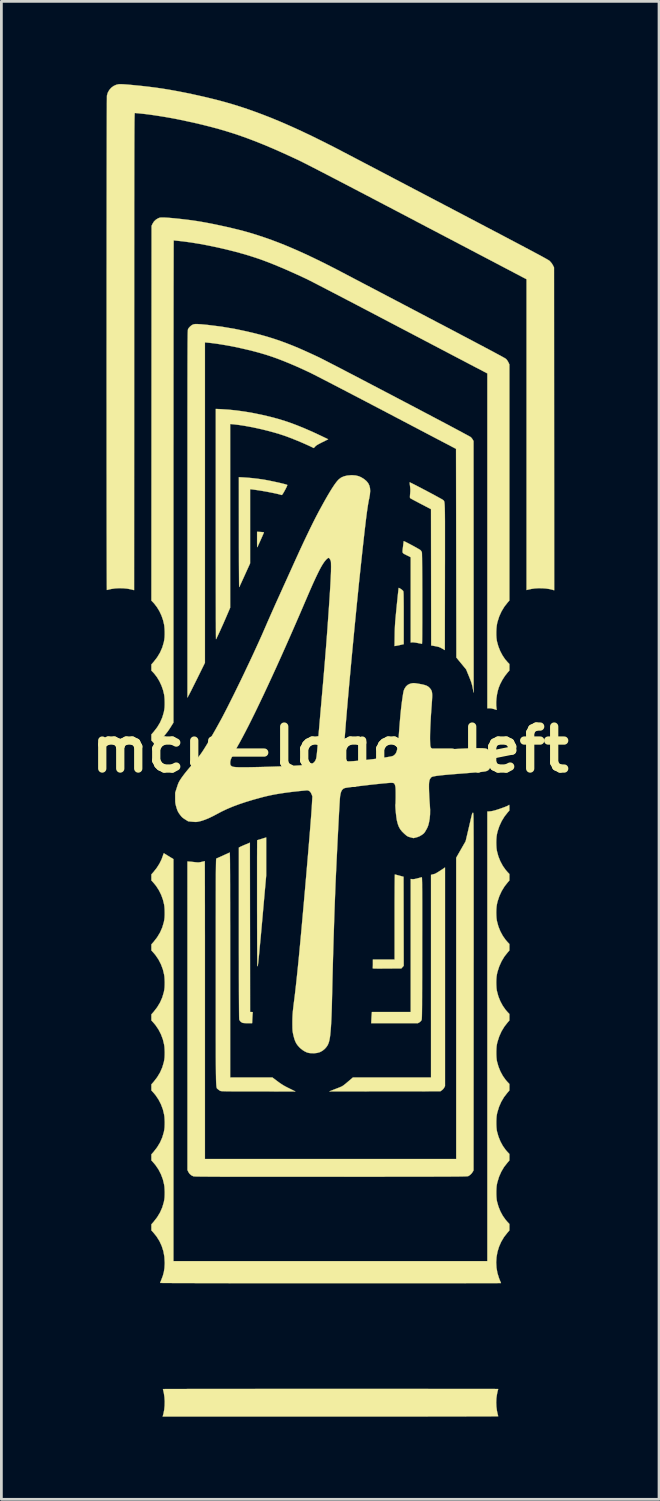
<source format=kicad_pcb>
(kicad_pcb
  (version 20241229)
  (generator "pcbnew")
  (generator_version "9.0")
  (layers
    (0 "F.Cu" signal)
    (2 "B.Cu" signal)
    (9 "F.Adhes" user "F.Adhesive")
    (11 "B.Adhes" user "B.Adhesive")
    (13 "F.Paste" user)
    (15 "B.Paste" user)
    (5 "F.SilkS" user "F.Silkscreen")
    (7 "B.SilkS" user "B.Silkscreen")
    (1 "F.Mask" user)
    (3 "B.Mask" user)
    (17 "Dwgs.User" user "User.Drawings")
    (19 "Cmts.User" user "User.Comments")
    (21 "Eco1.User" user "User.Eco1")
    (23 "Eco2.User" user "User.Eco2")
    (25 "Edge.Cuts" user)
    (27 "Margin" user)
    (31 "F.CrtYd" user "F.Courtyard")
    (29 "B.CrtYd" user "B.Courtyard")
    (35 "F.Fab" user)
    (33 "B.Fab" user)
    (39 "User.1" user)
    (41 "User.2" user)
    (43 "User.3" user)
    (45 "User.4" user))
  (footprint "mcu-logo-left"
    (layer "F.Cu")
    (at 8.934 24.152)
    (property "Reference" "mcu-logo-left" (at 0 0 0) (layer "F.SilkS") (effects (font (size 1.524 1.524) (thickness 0.3))))
    (attr through_hole)
    (fp_poly (pts (xy -2.533 -7.897) (xy -2.48 -7.893) (xy -2.438 -7.889) (xy -2.412 -7.886) (xy -2.406 -7.884) (xy -2.41 -7.872) (xy -2.422 -7.84) (xy -2.442 -7.794) (xy -2.467 -7.736) (xy -2.496 -7.671) (xy -2.526 -7.603) (xy -2.557 -7.535) (xy -2.586 -7.471) (xy -2.611 -7.417) (xy -2.631 -7.374) (xy -2.645 -7.348) (xy -2.649 -7.342) (xy -2.65 -7.352) (xy -2.652 -7.385) (xy -2.653 -7.435) (xy -2.654 -7.501) (xy -2.654 -7.578) (xy -2.654 -7.62) (xy -2.654 -7.903) (xy -2.533 -7.897)) (stroke (width 0.01) (type solid)) (fill yes) (layer "F.SilkS"))
    (fp_poly (pts (xy 4.166 12.213) (xy 4.136 12.269) (xy 4.107 12.312) (xy 4.068 12.351) (xy 4.052 12.363) (xy 3.998 12.402) (xy 1.983 12.404) (xy -0.032 12.407) (xy 0.057 12.371) (xy 0.105 12.352) (xy 0.169 12.327) (xy 0.238 12.3) (xy 0.298 12.277) (xy 0.352 12.255) (xy 0.395 12.237) (xy 0.432 12.219) (xy 0.467 12.197) (xy 0.506 12.168) (xy 0.553 12.131) (xy 0.612 12.081) (xy 0.638 12.059) (xy 0.825 11.9) (xy 3.658 11.9) (xy 3.658 4.548) (xy 3.705 4.535) (xy 3.748 4.524) (xy 3.787 4.514) (xy 3.79 4.514) (xy 3.813 4.504) (xy 3.852 4.482) (xy 3.903 4.452) (xy 3.962 4.415) (xy 3.996 4.393) (xy 4.166 4.28) (xy 4.166 12.213)) (stroke (width 0.01) (type solid)) (fill yes) (layer "F.SilkS"))
    (fp_poly (pts (xy 2.362 4.537) (xy 2.396 4.546) (xy 2.445 4.559) (xy 2.504 4.575) (xy 2.508 4.576) (xy 2.661 4.617) (xy 2.664 6.233) (xy 2.667 7.849) (xy 2.624 7.896) (xy 2.58 7.944) (xy 2.057 7.947) (xy 1.927 7.948) (xy 1.821 7.949) (xy 1.736 7.949) (xy 1.67 7.948) (xy 1.62 7.947) (xy 1.584 7.946) (xy 1.561 7.943) (xy 1.547 7.94) (xy 1.542 7.936) (xy 1.541 7.931) (xy 1.542 7.931) (xy 1.545 7.91) (xy 1.547 7.87) (xy 1.549 7.817) (xy 1.549 7.765) (xy 1.549 7.62) (xy 2.337 7.62) (xy 2.337 6.077) (xy 2.337 5.881) (xy 2.337 5.693) (xy 2.337 5.513) (xy 2.338 5.343) (xy 2.339 5.186) (xy 2.339 5.041) (xy 2.34 4.912) (xy 2.341 4.799) (xy 2.342 4.704) (xy 2.343 4.628) (xy 2.344 4.574) (xy 2.345 4.542) (xy 2.346 4.534) (xy 2.362 4.537)) (stroke (width 0.01) (type solid)) (fill yes) (layer "F.SilkS"))
    (fp_poly (pts (xy -2.911 6.453) (xy -2.908 9.525) (xy -2.857 9.525) (xy -2.824 9.527) (xy -2.811 9.534) (xy -2.811 9.547) (xy -2.814 9.568) (xy -2.818 9.608) (xy -2.821 9.663) (xy -2.825 9.728) (xy -2.826 9.75) (xy -2.835 9.931) (xy -2.995 9.931) (xy -3.083 9.929) (xy -3.148 9.924) (xy -3.189 9.916) (xy -3.194 9.913) (xy -3.249 9.877) (xy -3.29 9.824) (xy -3.301 9.8) (xy -3.303 9.786) (xy -3.304 9.753) (xy -3.306 9.699) (xy -3.307 9.625) (xy -3.308 9.531) (xy -3.309 9.415) (xy -3.31 9.279) (xy -3.311 9.12) (xy -3.312 8.939) (xy -3.313 8.736) (xy -3.313 8.51) (xy -3.314 8.261) (xy -3.314 7.988) (xy -3.314 7.691) (xy -3.315 7.37) (xy -3.315 7.024) (xy -3.315 6.661) (xy -3.315 3.557) (xy -3.261 3.529) (xy -3.227 3.513) (xy -3.178 3.491) (xy -3.118 3.465) (xy -3.061 3.441) (xy -2.915 3.38) (xy -2.911 6.453)) (stroke (width 0.01) (type solid)) (fill yes) (layer "F.SilkS"))
    (fp_poly (pts (xy 2.498 -5.864) (xy 2.525 -5.85) (xy 2.56 -5.828) (xy 2.596 -5.803) (xy 2.626 -5.777) (xy 2.646 -5.756) (xy 2.648 -5.753) (xy 2.652 -5.743) (xy 2.655 -5.727) (xy 2.658 -5.704) (xy 2.66 -5.672) (xy 2.662 -5.629) (xy 2.663 -5.573) (xy 2.664 -5.503) (xy 2.665 -5.417) (xy 2.666 -5.313) (xy 2.667 -5.19) (xy 2.667 -5.047) (xy 2.667 -4.88) (xy 2.667 -4.771) (xy 2.667 -3.825) (xy 2.552 -3.798) (xy 2.494 -3.785) (xy 2.439 -3.774) (xy 2.396 -3.766) (xy 2.385 -3.764) (xy 2.334 -3.755) (xy 2.34 -4.148) (xy 2.341 -4.24) (xy 2.343 -4.323) (xy 2.346 -4.4) (xy 2.349 -4.475) (xy 2.354 -4.552) (xy 2.359 -4.632) (xy 2.367 -4.722) (xy 2.376 -4.823) (xy 2.387 -4.939) (xy 2.4 -5.074) (xy 2.413 -5.201) (xy 2.425 -5.327) (xy 2.438 -5.446) (xy 2.449 -5.555) (xy 2.459 -5.651) (xy 2.468 -5.732) (xy 2.475 -5.796) (xy 2.48 -5.841) (xy 2.483 -5.863) (xy 2.483 -5.866) (xy 2.498 -5.864)) (stroke (width 0.01) (type solid)) (fill yes) (layer "F.SilkS"))
    (fp_poly (pts (xy -2.324 4.574) (xy -2.426 5.719) (xy -2.452 6.018) (xy -2.477 6.296) (xy -2.5 6.551) (xy -2.521 6.785) (xy -2.541 6.995) (xy -2.559 7.183) (xy -2.574 7.348) (xy -2.588 7.489) (xy -2.6 7.607) (xy -2.61 7.7) (xy -2.618 7.769) (xy -2.624 7.813) (xy -2.627 7.83) (xy -2.637 7.868) (xy -2.645 7.836) (xy -2.646 7.821) (xy -2.647 7.782) (xy -2.648 7.72) (xy -2.648 7.639) (xy -2.649 7.538) (xy -2.65 7.42) (xy -2.65 7.286) (xy -2.651 7.137) (xy -2.651 6.976) (xy -2.652 6.803) (xy -2.652 6.621) (xy -2.653 6.431) (xy -2.653 6.234) (xy -2.653 6.032) (xy -2.654 5.826) (xy -2.654 5.618) (xy -2.654 5.41) (xy -2.654 5.203) (xy -2.654 4.999) (xy -2.654 4.799) (xy -2.654 4.605) (xy -2.654 4.418) (xy -2.654 4.24) (xy -2.654 4.073) (xy -2.654 3.917) (xy -2.653 3.775) (xy -2.653 3.649) (xy -2.652 3.538) (xy -2.652 3.446) (xy -2.651 3.374) (xy -2.651 3.323) (xy -2.65 3.295) (xy -2.649 3.289) (xy -2.636 3.286) (xy -2.603 3.276) (xy -2.555 3.262) (xy -2.497 3.244) (xy -2.484 3.24) (xy -2.324 3.19) (xy -2.324 4.574)) (stroke (width 0.01) (type solid)) (fill yes) (layer "F.SilkS"))
    (fp_poly (pts (xy -3.148 -9.876) (xy -2.988 -9.865) (xy -2.814 -9.849) (xy -2.634 -9.828) (xy -2.459 -9.803) (xy -2.458 -9.803) (xy -2.382 -9.791) (xy -2.295 -9.775) (xy -2.201 -9.757) (xy -2.102 -9.736) (xy -2.003 -9.715) (xy -1.905 -9.694) (xy -1.813 -9.673) (xy -1.731 -9.653) (xy -1.66 -9.635) (xy -1.606 -9.62) (xy -1.57 -9.608) (xy -1.558 -9.602) (xy -1.56 -9.587) (xy -1.573 -9.555) (xy -1.594 -9.509) (xy -1.623 -9.452) (xy -1.645 -9.411) (xy -1.684 -9.341) (xy -1.714 -9.291) (xy -1.736 -9.259) (xy -1.751 -9.242) (xy -1.763 -9.238) (xy -1.763 -9.238) (xy -1.843 -9.261) (xy -1.943 -9.285) (xy -2.059 -9.31) (xy -2.188 -9.336) (xy -2.323 -9.362) (xy -2.462 -9.386) (xy -2.599 -9.408) (xy -2.73 -9.427) (xy -2.842 -9.442) (xy -2.908 -9.45) (xy -2.908 -6.757) (xy -3.099 -6.336) (xy -3.143 -6.239) (xy -3.184 -6.149) (xy -3.221 -6.068) (xy -3.253 -5.999) (xy -3.277 -5.946) (xy -3.294 -5.91) (xy -3.302 -5.895) (xy -3.303 -5.904) (xy -3.305 -5.939) (xy -3.307 -5.998) (xy -3.308 -6.082) (xy -3.309 -6.19) (xy -3.31 -6.322) (xy -3.311 -6.477) (xy -3.312 -6.656) (xy -3.313 -6.857) (xy -3.313 -7.081) (xy -3.314 -7.327) (xy -3.314 -7.596) (xy -3.314 -7.879) (xy -3.315 -9.885) (xy -3.148 -9.876)) (stroke (width 0.01) (type solid)) (fill yes) (layer "F.SilkS"))
    (fp_poly (pts (xy 3.326 4.64) (xy 3.328 4.653) (xy 3.33 4.677) (xy 3.331 4.712) (xy 3.332 4.759) (xy 3.334 4.818) (xy 3.335 4.891) (xy 3.335 4.979) (xy 3.336 5.082) (xy 3.337 5.202) (xy 3.337 5.339) (xy 3.338 5.494) (xy 3.338 5.668) (xy 3.338 5.862) (xy 3.338 6.077) (xy 3.338 6.313) (xy 3.338 6.573) (xy 3.337 6.855) (xy 3.337 7.162) (xy 3.337 7.21) (xy 3.337 7.511) (xy 3.336 7.787) (xy 3.336 8.04) (xy 3.336 8.271) (xy 3.335 8.481) (xy 3.335 8.67) (xy 3.334 8.841) (xy 3.334 8.993) (xy 3.333 9.128) (xy 3.333 9.247) (xy 3.332 9.352) (xy 3.331 9.442) (xy 3.33 9.52) (xy 3.329 9.585) (xy 3.328 9.641) (xy 3.327 9.686) (xy 3.325 9.723) (xy 3.324 9.752) (xy 3.322 9.775) (xy 3.32 9.792) (xy 3.318 9.804) (xy 3.315 9.814) (xy 3.313 9.821) (xy 3.31 9.826) (xy 3.308 9.83) (xy 3.279 9.865) (xy 3.241 9.897) (xy 3.231 9.903) (xy 3.181 9.931) (xy 2.335 9.931) (xy 1.488 9.931) (xy 1.494 9.808) (xy 1.497 9.742) (xy 1.501 9.676) (xy 1.505 9.62) (xy 1.506 9.604) (xy 1.513 9.525) (xy 2.921 9.525) (xy 2.921 4.696) (xy 2.975 4.704) (xy 3.012 4.705) (xy 3.059 4.7) (xy 3.123 4.686) (xy 3.169 4.674) (xy 3.226 4.659) (xy 3.275 4.646) (xy 3.31 4.638) (xy 3.324 4.636) (xy 3.326 4.64)) (stroke (width 0.01) (type solid)) (fill yes) (layer "F.SilkS"))
    (fp_poly (pts (xy 2.682 -7.559) (xy 2.713 -7.545) (xy 2.76 -7.522) (xy 2.818 -7.492) (xy 2.884 -7.458) (xy 2.955 -7.42) (xy 3.026 -7.382) (xy 3.095 -7.344) (xy 3.158 -7.308) (xy 3.212 -7.277) (xy 3.252 -7.253) (xy 3.276 -7.237) (xy 3.279 -7.234) (xy 3.307 -7.198) (xy 3.326 -7.156) (xy 3.327 -7.153) (xy 3.328 -7.135) (xy 3.33 -7.094) (xy 3.331 -7.031) (xy 3.333 -6.949) (xy 3.334 -6.849) (xy 3.335 -6.733) (xy 3.336 -6.603) (xy 3.337 -6.461) (xy 3.338 -6.309) (xy 3.339 -6.148) (xy 3.339 -5.98) (xy 3.34 -5.807) (xy 3.34 -5.631) (xy 3.34 -5.453) (xy 3.34 -5.276) (xy 3.34 -5.101) (xy 3.34 -4.93) (xy 3.34 -4.765) (xy 3.34 -4.608) (xy 3.339 -4.46) (xy 3.338 -4.324) (xy 3.338 -4.201) (xy 3.337 -4.092) (xy 3.336 -4.001) (xy 3.335 -3.927) (xy 3.333 -3.875) (xy 3.332 -3.844) (xy 3.331 -3.837) (xy 3.315 -3.84) (xy 3.28 -3.847) (xy 3.23 -3.856) (xy 3.171 -3.868) (xy 3.169 -3.868) (xy 3.098 -3.881) (xy 3.036 -3.889) (xy 2.989 -3.892) (xy 2.969 -3.891) (xy 2.921 -3.884) (xy 2.921 -5.431) (xy 2.921 -6.979) (xy 2.791 -7.045) (xy 2.728 -7.076) (xy 2.682 -7.1) (xy 2.652 -7.12) (xy 2.633 -7.143) (xy 2.625 -7.172) (xy 2.625 -7.212) (xy 2.631 -7.268) (xy 2.64 -7.344) (xy 2.641 -7.351) (xy 2.649 -7.42) (xy 2.656 -7.48) (xy 2.662 -7.527) (xy 2.667 -7.556) (xy 2.669 -7.563) (xy 2.682 -7.559)) (stroke (width 0.01) (type solid)) (fill yes) (layer "F.SilkS"))
    (fp_poly (pts (xy 2.898 -9.693) (xy 2.93 -9.678) (xy 2.98 -9.653) (xy 3.044 -9.621) (xy 3.121 -9.582) (xy 3.207 -9.537) (xy 3.301 -9.488) (xy 3.399 -9.436) (xy 3.5 -9.383) (xy 3.601 -9.33) (xy 3.698 -9.278) (xy 3.791 -9.228) (xy 3.875 -9.182) (xy 3.949 -9.141) (xy 4.011 -9.107) (xy 4.057 -9.081) (xy 4.085 -9.064) (xy 4.092 -9.058) (xy 4.101 -9.051) (xy 4.109 -9.045) (xy 4.116 -9.039) (xy 4.122 -9.032) (xy 4.128 -9.023) (xy 4.133 -9.012) (xy 4.138 -8.996) (xy 4.143 -8.976) (xy 4.146 -8.95) (xy 4.15 -8.916) (xy 4.153 -8.875) (xy 4.155 -8.825) (xy 4.158 -8.765) (xy 4.159 -8.694) (xy 4.161 -8.61) (xy 4.162 -8.514) (xy 4.163 -8.403) (xy 4.164 -8.278) (xy 4.164 -8.136) (xy 4.164 -7.977) (xy 4.164 -7.801) (xy 4.164 -7.604) (xy 4.164 -7.388) (xy 4.164 -7.15) (xy 4.164 -6.891) (xy 4.163 -6.608) (xy 4.163 -6.3) (xy 4.163 -6.266) (xy 4.159 -3.61) (xy 4.059 -3.667) (xy 4.009 -3.695) (xy 3.965 -3.715) (xy 3.917 -3.73) (xy 3.858 -3.743) (xy 3.812 -3.752) (xy 3.664 -3.779) (xy 3.661 -6.251) (xy 3.658 -8.723) (xy 3.292 -8.914) (xy 3.203 -8.961) (xy 3.121 -9.005) (xy 3.047 -9.043) (xy 2.987 -9.076) (xy 2.941 -9.101) (xy 2.914 -9.117) (xy 2.907 -9.121) (xy 2.899 -9.131) (xy 2.894 -9.147) (xy 2.893 -9.173) (xy 2.895 -9.214) (xy 2.9 -9.275) (xy 2.901 -9.284) (xy 2.907 -9.365) (xy 2.908 -9.432) (xy 2.904 -9.499) (xy 2.897 -9.56) (xy 2.89 -9.615) (xy 2.886 -9.659) (xy 2.884 -9.688) (xy 2.885 -9.697) (xy 2.898 -9.693)) (stroke (width 0.01) (type solid)) (fill yes) (layer "F.SilkS"))
    (fp_poly (pts (xy -3.959 -12.353) (xy -3.686 -12.335) (xy -3.396 -12.305) (xy -3.095 -12.263) (xy -2.788 -12.21) (xy -2.48 -12.147) (xy -2.177 -12.076) (xy -1.883 -11.997) (xy -1.605 -11.911) (xy -1.483 -11.87) (xy -1.219 -11.772) (xy -0.943 -11.66) (xy -0.653 -11.534) (xy -0.346 -11.391) (xy -0.294 -11.366) (xy -0.074 -11.26) (xy -0.288 -11.154) (xy -0.372 -11.111) (xy -0.436 -11.077) (xy -0.484 -11.048) (xy -0.519 -11.023) (xy -0.545 -10.999) (xy -0.549 -10.995) (xy -0.596 -10.942) (xy -0.657 -10.972) (xy -0.769 -11.025) (xy -0.9 -11.084) (xy -1.042 -11.146) (xy -1.19 -11.208) (xy -1.338 -11.268) (xy -1.479 -11.323) (xy -1.607 -11.371) (xy -1.655 -11.388) (xy -1.838 -11.448) (xy -2.037 -11.507) (xy -2.247 -11.564) (xy -2.464 -11.618) (xy -2.683 -11.667) (xy -2.9 -11.711) (xy -3.108 -11.749) (xy -3.304 -11.779) (xy -3.483 -11.801) (xy -3.534 -11.806) (xy -3.632 -11.815) (xy -3.632 -5.146) (xy -3.789 -4.779) (xy -3.833 -4.678) (xy -3.878 -4.575) (xy -3.924 -4.473) (xy -3.969 -4.373) (xy -4.011 -4.28) (xy -4.05 -4.196) (xy -4.084 -4.124) (xy -4.112 -4.066) (xy -4.132 -4.026) (xy -4.144 -4.005) (xy -4.145 -4.004) (xy -4.146 -4.016) (xy -4.146 -4.052) (xy -4.147 -4.112) (xy -4.148 -4.195) (xy -4.148 -4.299) (xy -4.149 -4.424) (xy -4.149 -4.569) (xy -4.15 -4.732) (xy -4.15 -4.914) (xy -4.15 -5.112) (xy -4.151 -5.327) (xy -4.151 -5.556) (xy -4.152 -5.8) (xy -4.152 -6.057) (xy -4.152 -6.327) (xy -4.152 -6.607) (xy -4.153 -6.899) (xy -4.153 -7.199) (xy -4.153 -7.509) (xy -4.153 -7.826) (xy -4.153 -8.149) (xy -4.153 -12.361) (xy -3.959 -12.353)) (stroke (width 0.01) (type solid)) (fill yes) (layer "F.SilkS"))
    (fp_poly (pts (xy 0.404 23.203) (xy 0.79 23.203) (xy 1.168 23.203) (xy 1.538 23.203) (xy 1.9 23.203) (xy 2.251 23.203) (xy 2.593 23.203) (xy 2.924 23.203) (xy 3.242 23.203) (xy 3.548 23.203) (xy 3.841 23.204) (xy 4.119 23.204) (xy 4.383 23.204) (xy 4.63 23.204) (xy 4.861 23.204) (xy 5.075 23.204) (xy 5.271 23.204) (xy 5.448 23.205) (xy 5.605 23.205) (xy 5.742 23.205) (xy 5.858 23.205) (xy 5.952 23.205) (xy 6.023 23.206) (xy 6.07 23.206) (xy 6.093 23.206) (xy 6.096 23.206) (xy 6.093 23.219) (xy 6.085 23.25) (xy 6.073 23.294) (xy 6.07 23.305) (xy 6.059 23.358) (xy 6.047 23.427) (xy 6.036 23.5) (xy 6.03 23.549) (xy 6.024 23.694) (xy 6.03 23.845) (xy 6.049 23.991) (xy 6.07 24.092) (xy 6.082 24.138) (xy 6.091 24.175) (xy 6.096 24.195) (xy 6.096 24.197) (xy 6.083 24.197) (xy 6.046 24.198) (xy 5.985 24.198) (xy 5.901 24.199) (xy 5.795 24.2) (xy 5.667 24.2) (xy 5.518 24.201) (xy 5.349 24.201) (xy 5.162 24.202) (xy 4.955 24.202) (xy 4.732 24.203) (xy 4.491 24.203) (xy 4.234 24.204) (xy 3.962 24.204) (xy 3.675 24.204) (xy 3.375 24.205) (xy 3.062 24.205) (xy 2.736 24.205) (xy 2.399 24.205) (xy 2.051 24.206) (xy 1.694 24.206) (xy 1.327 24.206) (xy 0.953 24.206) (xy 0.57 24.206) (xy 0.181 24.206) (xy 0.008 24.206) (xy -6.08 24.206) (xy -6.049 24.089) (xy -6.023 23.955) (xy -6.009 23.806) (xy -6.006 23.651) (xy -6.016 23.499) (xy -6.037 23.357) (xy -6.044 23.324) (xy -6.056 23.274) (xy -6.065 23.235) (xy -6.07 23.212) (xy -6.071 23.208) (xy -6.058 23.208) (xy -6.021 23.208) (xy -5.96 23.207) (xy -5.876 23.207) (xy -5.769 23.207) (xy -5.641 23.206) (xy -5.493 23.206) (xy -5.324 23.206) (xy -5.136 23.205) (xy -4.93 23.205) (xy -4.706 23.205) (xy -4.466 23.205) (xy -4.209 23.204) (xy -3.937 23.204) (xy -3.65 23.204) (xy -3.35 23.204) (xy -3.036 23.204) (xy -2.711 23.203) (xy -2.374 23.203) (xy -2.026 23.203) (xy -1.669 23.203) (xy -1.303 23.203) (xy -0.928 23.203) (xy -0.545 23.203) (xy -0.156 23.203) (xy 0.013 23.203) (xy 0.404 23.203)) (stroke (width 0.01) (type solid)) (fill yes) (layer "F.SilkS"))
    (fp_poly (pts (xy -3.647 3.741) (xy -3.645 3.754) (xy -3.644 3.777) (xy -3.643 3.811) (xy -3.641 3.856) (xy -3.64 3.913) (xy -3.639 3.983) (xy -3.638 4.067) (xy -3.637 4.165) (xy -3.637 4.277) (xy -3.636 4.405) (xy -3.635 4.55) (xy -3.635 4.711) (xy -3.634 4.89) (xy -3.634 5.088) (xy -3.634 5.304) (xy -3.633 5.541) (xy -3.633 5.798) (xy -3.633 6.076) (xy -3.632 6.376) (xy -3.632 6.698) (xy -3.632 7.044) (xy -3.632 7.414) (xy -3.632 7.808) (xy -3.632 7.815) (xy -3.632 11.9) (xy -2.099 11.9) (xy -1.91 12.042) (xy -1.831 12.1) (xy -1.761 12.147) (xy -1.693 12.19) (xy -1.619 12.231) (xy -1.533 12.275) (xy -1.492 12.295) (xy -1.264 12.408) (xy -2.603 12.407) (xy -2.82 12.407) (xy -3.013 12.407) (xy -3.183 12.407) (xy -3.332 12.406) (xy -3.461 12.406) (xy -3.572 12.405) (xy -3.666 12.404) (xy -3.745 12.403) (xy -3.81 12.402) (xy -3.862 12.4) (xy -3.904 12.399) (xy -3.935 12.397) (xy -3.958 12.394) (xy -3.975 12.392) (xy -3.985 12.389) (xy -3.988 12.388) (xy -4.026 12.366) (xy -4.065 12.336) (xy -4.074 12.328) (xy -4.081 12.322) (xy -4.088 12.317) (xy -4.094 12.312) (xy -4.1 12.308) (xy -4.106 12.302) (xy -4.111 12.295) (xy -4.116 12.284) (xy -4.12 12.27) (xy -4.124 12.252) (xy -4.128 12.229) (xy -4.131 12.2) (xy -4.134 12.164) (xy -4.137 12.12) (xy -4.14 12.068) (xy -4.142 12.007) (xy -4.144 11.936) (xy -4.145 11.854) (xy -4.147 11.76) (xy -4.148 11.654) (xy -4.149 11.534) (xy -4.15 11.401) (xy -4.151 11.252) (xy -4.152 11.088) (xy -4.152 10.907) (xy -4.152 10.709) (xy -4.153 10.493) (xy -4.153 10.258) (xy -4.153 10.003) (xy -4.153 9.727) (xy -4.153 9.43) (xy -4.153 9.111) (xy -4.153 8.768) (xy -4.153 8.402) (xy -4.153 8.062) (xy -4.153 7.679) (xy -4.153 7.32) (xy -4.153 6.985) (xy -4.153 6.673) (xy -4.153 6.383) (xy -4.153 6.115) (xy -4.152 5.867) (xy -4.152 5.639) (xy -4.152 5.429) (xy -4.152 5.238) (xy -4.151 5.064) (xy -4.151 4.906) (xy -4.151 4.764) (xy -4.15 4.637) (xy -4.15 4.524) (xy -4.149 4.424) (xy -4.148 4.337) (xy -4.147 4.261) (xy -4.146 4.195) (xy -4.145 4.14) (xy -4.144 4.094) (xy -4.143 4.056) (xy -4.142 4.025) (xy -4.141 4.002) (xy -4.139 3.984) (xy -4.137 3.971) (xy -4.136 3.962) (xy -4.134 3.957) (xy -4.132 3.955) (xy -4.131 3.954) (xy -4.113 3.947) (xy -4.075 3.93) (xy -4.023 3.907) (xy -3.96 3.879) (xy -3.889 3.847) (xy -3.886 3.845) (xy -3.816 3.813) (xy -3.753 3.785) (xy -3.702 3.762) (xy -3.666 3.745) (xy -3.648 3.738) (xy -3.648 3.738) (xy -3.647 3.741)) (stroke (width 0.01) (type solid)) (fill yes) (layer "F.SilkS"))
    (fp_poly (pts (xy 5.186 2.295) (xy 5.187 2.297) (xy 5.189 2.301) (xy 5.19 2.308) (xy 5.192 2.318) (xy 5.193 2.333) (xy 5.194 2.352) (xy 5.196 2.376) (xy 5.197 2.407) (xy 5.198 2.444) (xy 5.199 2.488) (xy 5.2 2.54) (xy 5.2 2.601) (xy 5.201 2.671) (xy 5.202 2.752) (xy 5.202 2.842) (xy 5.203 2.944) (xy 5.203 3.058) (xy 5.204 3.184) (xy 5.204 3.323) (xy 5.204 3.476) (xy 5.205 3.643) (xy 5.205 3.826) (xy 5.205 4.024) (xy 5.205 4.239) (xy 5.205 4.47) (xy 5.205 4.72) (xy 5.205 4.987) (xy 5.205 5.274) (xy 5.205 5.58) (xy 5.205 5.907) (xy 5.205 6.254) (xy 5.205 6.623) (xy 5.205 7.014) (xy 5.205 7.428) (xy 5.204 7.866) (xy 5.204 8.327) (xy 5.204 8.78) (xy 5.201 15.272) (xy 5.173 15.323) (xy 5.126 15.389) (xy 5.062 15.447) (xy 5.016 15.477) (xy 5.012 15.479) (xy 5.007 15.481) (xy 4.999 15.482) (xy 4.988 15.484) (xy 4.974 15.486) (xy 4.956 15.487) (xy 4.932 15.489) (xy 4.903 15.49) (xy 4.867 15.491) (xy 4.823 15.492) (xy 4.772 15.493) (xy 4.712 15.494) (xy 4.642 15.495) (xy 4.562 15.496) (xy 4.47 15.496) (xy 4.367 15.497) (xy 4.252 15.498) (xy 4.123 15.498) (xy 3.98 15.499) (xy 3.822 15.499) (xy 3.648 15.5) (xy 3.459 15.5) (xy 3.252 15.5) (xy 3.027 15.501) (xy 2.784 15.501) (xy 2.521 15.501) (xy 2.239 15.501) (xy 1.935 15.502) (xy 1.61 15.502) (xy 1.263 15.502) (xy 0.893 15.502) (xy 0.499 15.502) (xy 0.08 15.503) (xy 0.032 15.503) (xy -0.397 15.503) (xy -0.801 15.503) (xy -1.181 15.503) (xy -1.537 15.503) (xy -1.871 15.503) (xy -2.184 15.503) (xy -2.475 15.503) (xy -2.746 15.503) (xy -2.997 15.503) (xy -3.228 15.503) (xy -3.442 15.503) (xy -3.638 15.502) (xy -3.817 15.502) (xy -3.98 15.502) (xy -4.128 15.501) (xy -4.261 15.5) (xy -4.379 15.5) (xy -4.485 15.499) (xy -4.578 15.498) (xy -4.658 15.498) (xy -4.728 15.497) (xy -4.787 15.496) (xy -4.837 15.495) (xy -4.877 15.494) (xy -4.909 15.492) (xy -4.933 15.491) (xy -4.951 15.49) (xy -4.962 15.488) (xy -4.966 15.487) (xy -5.04 15.451) (xy -5.104 15.396) (xy -5.15 15.326) (xy -5.151 15.323) (xy -5.181 15.259) (xy -5.182 4.064) (xy -5.147 4.064) (xy -5.121 4.066) (xy -5.076 4.069) (xy -5.018 4.075) (xy -4.953 4.082) (xy -4.943 4.083) (xy -4.874 4.091) (xy -4.822 4.095) (xy -4.782 4.096) (xy -4.747 4.093) (xy -4.709 4.086) (xy -4.667 4.077) (xy -4.618 4.065) (xy -4.579 4.057) (xy -4.556 4.052) (xy -4.552 4.051) (xy -4.552 4.064) (xy -4.552 4.101) (xy -4.551 4.162) (xy -4.551 4.246) (xy -4.551 4.352) (xy -4.55 4.479) (xy -4.55 4.626) (xy -4.55 4.794) (xy -4.549 4.98) (xy -4.549 5.184) (xy -4.549 5.405) (xy -4.548 5.643) (xy -4.548 5.896) (xy -4.548 6.164) (xy -4.548 6.445) (xy -4.547 6.74) (xy -4.547 7.047) (xy -4.547 7.365) (xy -4.547 7.694) (xy -4.547 8.032) (xy -4.547 8.38) (xy -4.547 8.735) (xy -4.547 9.098) (xy -4.547 9.455) (xy -4.547 14.859) (xy 4.572 14.859) (xy 4.572 3.927) (xy 4.743 3.628) (xy 4.914 3.329) (xy 5.03 2.836) (xy 5.06 2.707) (xy 5.085 2.6) (xy 5.105 2.514) (xy 5.121 2.446) (xy 5.134 2.393) (xy 5.144 2.355) (xy 5.152 2.329) (xy 5.158 2.312) (xy 5.163 2.302) (xy 5.168 2.298) (xy 5.173 2.296) (xy 5.178 2.296) (xy 5.182 2.295) (xy 5.184 2.295) (xy 5.186 2.295)) (stroke (width 0.01) (type solid)) (fill yes) (layer "F.SilkS"))
    (fp_poly (pts (xy -4.822 -15.441) (xy -4.761 -15.438) (xy -4.683 -15.433) (xy -4.587 -15.424) (xy -4.469 -15.412) (xy -4.454 -15.411) (xy -3.947 -15.348) (xy -3.442 -15.261) (xy -3.315 -15.235) (xy -3.039 -15.176) (xy -2.779 -15.115) (xy -2.532 -15.052) (xy -2.294 -14.985) (xy -2.061 -14.913) (xy -1.83 -14.836) (xy -1.597 -14.75) (xy -1.359 -14.657) (xy -1.113 -14.554) (xy -0.854 -14.439) (xy -0.579 -14.313) (xy -0.432 -14.244) (xy -0.386 -14.222) (xy -0.321 -14.189) (xy -0.238 -14.147) (xy -0.137 -14.095) (xy -0.021 -14.035) (xy 0.111 -13.967) (xy 0.257 -13.892) (xy 0.415 -13.81) (xy 0.584 -13.722) (xy 0.763 -13.629) (xy 0.952 -13.531) (xy 1.148 -13.428) (xy 1.35 -13.322) (xy 1.559 -13.213) (xy 1.771 -13.102) (xy 1.986 -12.989) (xy 2.203 -12.876) (xy 2.421 -12.761) (xy 2.638 -12.647) (xy 2.854 -12.534) (xy 3.067 -12.422) (xy 3.275 -12.312) (xy 3.478 -12.205) (xy 3.675 -12.101) (xy 3.864 -12.001) (xy 4.044 -11.906) (xy 4.215 -11.816) (xy 4.374 -11.731) (xy 4.52 -11.653) (xy 4.653 -11.582) (xy 4.771 -11.519) (xy 4.873 -11.464) (xy 4.958 -11.418) (xy 5.025 -11.382) (xy 5.072 -11.355) (xy 5.098 -11.34) (xy 5.103 -11.336) (xy 5.138 -11.298) (xy 5.168 -11.254) (xy 5.173 -11.246) (xy 5.201 -11.195) (xy 5.203 -6.629) (xy 5.205 -2.064) (xy 5.17 -2.242) (xy 5.155 -2.312) (xy 5.139 -2.375) (xy 5.12 -2.438) (xy 5.096 -2.506) (xy 5.065 -2.585) (xy 5.033 -2.664) (xy 4.932 -2.909) (xy 4.755 -3.124) (xy 4.578 -3.339) (xy 4.572 -7.126) (xy 4.566 -10.912) (xy 2.051 -12.233) (xy 1.811 -12.359) (xy 1.574 -12.483) (xy 1.342 -12.605) (xy 1.116 -12.723) (xy 0.897 -12.837) (xy 0.686 -12.947) (xy 0.485 -13.052) (xy 0.294 -13.151) (xy 0.115 -13.244) (xy -0.051 -13.33) (xy -0.202 -13.408) (xy -0.339 -13.479) (xy -0.459 -13.54) (xy -0.561 -13.593) (xy -0.645 -13.635) (xy -0.708 -13.667) (xy -0.751 -13.688) (xy -0.756 -13.69) (xy -1.017 -13.811) (xy -1.26 -13.92) (xy -1.489 -14.018) (xy -1.706 -14.106) (xy -1.916 -14.187) (xy -2.121 -14.26) (xy -2.326 -14.327) (xy -2.534 -14.389) (xy -2.747 -14.447) (xy -2.971 -14.503) (xy -3.208 -14.558) (xy -3.462 -14.613) (xy -3.48 -14.617) (xy -3.627 -14.646) (xy -3.785 -14.674) (xy -3.946 -14.701) (xy -4.105 -14.726) (xy -4.254 -14.746) (xy -4.385 -14.761) (xy -4.386 -14.761) (xy -4.547 -14.777) (xy -4.547 -3.149) (xy -4.811 -2.613) (xy -4.867 -2.5) (xy -4.921 -2.392) (xy -4.972 -2.29) (xy -5.018 -2.198) (xy -5.058 -2.117) (xy -5.092 -2.052) (xy -5.116 -2.005) (xy -5.129 -1.981) (xy -5.181 -1.886) (xy -5.181 -8.547) (xy -5.181 -9.039) (xy -5.181 -9.505) (xy -5.181 -9.948) (xy -5.181 -10.367) (xy -5.181 -10.764) (xy -5.181 -11.138) (xy -5.181 -11.491) (xy -5.181 -11.823) (xy -5.181 -12.134) (xy -5.181 -12.426) (xy -5.18 -12.699) (xy -5.18 -12.954) (xy -5.18 -13.191) (xy -5.18 -13.411) (xy -5.179 -13.614) (xy -5.179 -13.802) (xy -5.179 -13.975) (xy -5.178 -14.133) (xy -5.178 -14.278) (xy -5.177 -14.409) (xy -5.177 -14.528) (xy -5.176 -14.635) (xy -5.176 -14.731) (xy -5.175 -14.816) (xy -5.174 -14.891) (xy -5.173 -14.957) (xy -5.173 -15.015) (xy -5.172 -15.064) (xy -5.171 -15.106) (xy -5.17 -15.141) (xy -5.168 -15.17) (xy -5.167 -15.194) (xy -5.166 -15.213) (xy -5.165 -15.228) (xy -5.163 -15.239) (xy -5.162 -15.247) (xy -5.16 -15.254) (xy -5.158 -15.258) (xy -5.158 -15.26) (xy -5.126 -15.309) (xy -5.079 -15.358) (xy -5.026 -15.4) (xy -4.974 -15.427) (xy -4.968 -15.428) (xy -4.941 -15.435) (xy -4.909 -15.44) (xy -4.87 -15.442) (xy -4.822 -15.441)) (stroke (width 0.01) (type solid)) (fill yes) (layer "F.SilkS"))
    (fp_poly (pts (xy -6.043 -19.308) (xy -6.039 -19.308) (xy -5.97 -19.305) (xy -5.879 -19.299) (xy -5.772 -19.29) (xy -5.652 -19.279) (xy -5.522 -19.266) (xy -5.388 -19.251) (xy -5.252 -19.235) (xy -5.12 -19.219) (xy -4.994 -19.202) (xy -4.88 -19.185) (xy -4.862 -19.183) (xy -4.663 -19.15) (xy -4.448 -19.111) (xy -4.222 -19.067) (xy -3.991 -19.018) (xy -3.758 -18.967) (xy -3.531 -18.914) (xy -3.313 -18.861) (xy -3.111 -18.808) (xy -2.94 -18.76) (xy -2.661 -18.674) (xy -2.382 -18.582) (xy -2.1 -18.482) (xy -1.813 -18.373) (xy -1.52 -18.254) (xy -1.218 -18.124) (xy -0.906 -17.983) (xy -0.582 -17.83) (xy -0.242 -17.664) (xy 0.114 -17.483) (xy 0.375 -17.348) (xy 0.822 -17.113) (xy 1.247 -16.89) (xy 1.65 -16.679) (xy 2.033 -16.478) (xy 2.395 -16.288) (xy 2.737 -16.109) (xy 3.06 -15.939) (xy 3.364 -15.779) (xy 3.65 -15.629) (xy 3.918 -15.488) (xy 4.169 -15.357) (xy 4.403 -15.234) (xy 4.62 -15.119) (xy 4.823 -15.012) (xy 5.01 -14.914) (xy 5.182 -14.823) (xy 5.34 -14.739) (xy 5.485 -14.663) (xy 5.616 -14.593) (xy 5.735 -14.53) (xy 5.843 -14.473) (xy 5.938 -14.422) (xy 6.023 -14.376) (xy 6.097 -14.336) (xy 6.161 -14.302) (xy 6.216 -14.272) (xy 6.262 -14.246) (xy 6.3 -14.225) (xy 6.33 -14.208) (xy 6.352 -14.194) (xy 6.368 -14.184) (xy 6.378 -14.178) (xy 6.38 -14.176) (xy 6.413 -14.138) (xy 6.446 -14.089) (xy 6.466 -14.053) (xy 6.502 -13.976) (xy 6.502 -9.692) (xy 6.502 -5.408) (xy 6.443 -5.342) (xy 6.321 -5.187) (xy 6.217 -5.016) (xy 6.133 -4.831) (xy 6.07 -4.632) (xy 6.057 -4.578) (xy 6.042 -4.489) (xy 6.032 -4.385) (xy 6.027 -4.272) (xy 6.027 -4.159) (xy 6.033 -4.052) (xy 6.045 -3.96) (xy 6.05 -3.931) (xy 6.1 -3.749) (xy 6.168 -3.576) (xy 6.252 -3.416) (xy 6.349 -3.273) (xy 6.44 -3.168) (xy 6.502 -3.104) (xy 6.502 -2.868) (xy 6.443 -2.802) (xy 6.341 -2.674) (xy 6.247 -2.528) (xy 6.167 -2.374) (xy 6.118 -2.254) (xy 6.081 -2.131) (xy 6.052 -1.996) (xy 6.032 -1.856) (xy 6.023 -1.72) (xy 6.024 -1.594) (xy 6.03 -1.537) (xy 6.035 -1.491) (xy 6.039 -1.456) (xy 6.04 -1.44) (xy 6.04 -1.439) (xy 6.028 -1.442) (xy 5.998 -1.451) (xy 5.957 -1.466) (xy 5.952 -1.467) (xy 5.848 -1.494) (xy 5.784 -1.499) (xy 5.702 -1.499) (xy 5.702 -13.65) (xy 5.242 -13.891) (xy 5.188 -13.919) (xy 5.112 -13.959) (xy 5.017 -14.009) (xy 4.903 -14.069) (xy 4.771 -14.138) (xy 4.622 -14.216) (xy 4.458 -14.302) (xy 4.281 -14.395) (xy 4.09 -14.495) (xy 3.888 -14.601) (xy 3.675 -14.713) (xy 3.454 -14.829) (xy 3.224 -14.95) (xy 2.987 -15.074) (xy 2.745 -15.201) (xy 2.498 -15.33) (xy 2.249 -15.461) (xy 2.089 -15.545) (xy 1.841 -15.675) (xy 1.597 -15.803) (xy 1.357 -15.929) (xy 1.124 -16.051) (xy 0.899 -16.169) (xy 0.681 -16.282) (xy 0.473 -16.391) (xy 0.276 -16.494) (xy 0.09 -16.59) (xy -0.083 -16.68) (xy -0.242 -16.763) (xy -0.386 -16.837) (xy -0.514 -16.904) (xy -0.625 -16.961) (xy -0.718 -17.008) (xy -0.791 -17.045) (xy -0.844 -17.072) (xy -0.87 -17.084) (xy -1.179 -17.228) (xy -1.477 -17.362) (xy -1.76 -17.485) (xy -2.027 -17.596) (xy -2.277 -17.695) (xy -2.508 -17.781) (xy -2.584 -17.808) (xy -2.861 -17.899) (xy -3.156 -17.988) (xy -3.466 -18.073) (xy -3.784 -18.153) (xy -4.107 -18.227) (xy -4.429 -18.294) (xy -4.745 -18.353) (xy -5.05 -18.403) (xy -5.34 -18.442) (xy -5.442 -18.453) (xy -5.516 -18.461) (xy -5.58 -18.468) (xy -5.632 -18.474) (xy -5.667 -18.477) (xy -5.68 -18.478) (xy -5.681 -18.466) (xy -5.681 -18.428) (xy -5.682 -18.367) (xy -5.682 -18.282) (xy -5.683 -18.174) (xy -5.683 -18.044) (xy -5.683 -17.893) (xy -5.684 -17.721) (xy -5.684 -17.528) (xy -5.685 -17.316) (xy -5.685 -17.085) (xy -5.686 -16.836) (xy -5.686 -16.569) (xy -5.686 -16.285) (xy -5.687 -15.985) (xy -5.687 -15.669) (xy -5.687 -15.339) (xy -5.688 -14.993) (xy -5.688 -14.634) (xy -5.688 -14.262) (xy -5.688 -13.878) (xy -5.689 -13.481) (xy -5.689 -13.074) (xy -5.689 -12.656) (xy -5.689 -12.228) (xy -5.689 -11.791) (xy -5.689 -11.345) (xy -5.69 -10.892) (xy -5.69 -10.431) (xy -5.69 -9.963) (xy -5.69 -9.728) (xy -5.69 -0.978) (xy -5.759 -0.867) (xy -5.796 -0.808) (xy -5.836 -0.746) (xy -5.872 -0.692) (xy -5.884 -0.675) (xy -5.905 -0.646) (xy -5.938 -0.605) (xy -5.979 -0.554) (xy -6.027 -0.496) (xy -6.079 -0.434) (xy -6.132 -0.372) (xy -6.183 -0.311) (xy -6.23 -0.257) (xy -6.27 -0.211) (xy -6.301 -0.176) (xy -6.32 -0.157) (xy -6.325 -0.153) (xy -6.335 -0.162) (xy -6.359 -0.186) (xy -6.391 -0.22) (xy -6.41 -0.242) (xy -6.49 -0.331) (xy -6.49 -0.548) (xy -6.405 -0.645) (xy -6.278 -0.809) (xy -6.175 -0.981) (xy -6.095 -1.163) (xy -6.039 -1.352) (xy -6.02 -1.454) (xy -6.011 -1.53) (xy -6.007 -1.623) (xy -6.007 -1.724) (xy -6.01 -1.825) (xy -6.017 -1.918) (xy -6.026 -1.987) (xy -6.066 -2.155) (xy -6.124 -2.321) (xy -6.199 -2.48) (xy -6.287 -2.627) (xy -6.386 -2.756) (xy -6.427 -2.801) (xy -6.49 -2.865) (xy -6.49 -3.088) (xy -6.405 -3.185) (xy -6.278 -3.349) (xy -6.175 -3.521) (xy -6.095 -3.703) (xy -6.039 -3.892) (xy -6.02 -3.994) (xy -6.011 -4.073) (xy -6.007 -4.168) (xy -6.007 -4.271) (xy -6.011 -4.374) (xy -6.019 -4.468) (xy -6.026 -4.524) (xy -6.066 -4.694) (xy -6.124 -4.862) (xy -6.199 -5.022) (xy -6.289 -5.17) (xy -6.389 -5.3) (xy -6.427 -5.341) (xy -6.49 -5.405) (xy -6.483 -19.006) (xy -6.45 -19.076) (xy -6.396 -19.164) (xy -6.323 -19.233) (xy -6.249 -19.277) (xy -6.215 -19.292) (xy -6.185 -19.301) (xy -6.151 -19.307) (xy -6.106 -19.308) (xy -6.043 -19.308)) (stroke (width 0.01) (type solid)) (fill yes) (layer "F.SilkS"))
    (fp_poly (pts (xy -7.577 -24.146) (xy -7.516 -24.144) (xy -7.44 -24.139) (xy -7.348 -24.132) (xy -7.238 -24.122) (xy -7.107 -24.109) (xy -6.954 -24.094) (xy -6.871 -24.086) (xy -6.606 -24.056) (xy -6.343 -24.023) (xy -6.08 -23.985) (xy -5.813 -23.941) (xy -5.537 -23.891) (xy -5.25 -23.835) (xy -4.947 -23.771) (xy -4.626 -23.7) (xy -4.481 -23.666) (xy -4.149 -23.585) (xy -3.819 -23.497) (xy -3.49 -23.401) (xy -3.159 -23.296) (xy -2.826 -23.182) (xy -2.487 -23.057) (xy -2.142 -22.923) (xy -1.789 -22.776) (xy -1.426 -22.618) (xy -1.051 -22.447) (xy -0.662 -22.262) (xy -0.259 -22.063) (xy 0.162 -21.85) (xy 0.457 -21.696) (xy 0.948 -21.439) (xy 1.418 -21.193) (xy 1.866 -20.958) (xy 2.292 -20.734) (xy 2.699 -20.521) (xy 3.085 -20.318) (xy 3.452 -20.126) (xy 3.8 -19.943) (xy 4.129 -19.771) (xy 4.441 -19.607) (xy 4.735 -19.453) (xy 5.012 -19.307) (xy 5.273 -19.17) (xy 5.518 -19.041) (xy 5.747 -18.921) (xy 5.962 -18.808) (xy 6.162 -18.703) (xy 6.348 -18.605) (xy 6.521 -18.513) (xy 6.681 -18.429) (xy 6.829 -18.351) (xy 6.965 -18.279) (xy 7.089 -18.213) (xy 7.203 -18.153) (xy 7.306 -18.098) (xy 7.399 -18.048) (xy 7.484 -18.003) (xy 7.559 -17.963) (xy 7.626 -17.927) (xy 7.685 -17.895) (xy 7.737 -17.866) (xy 7.782 -17.841) (xy 7.82 -17.82) (xy 7.853 -17.801) (xy 7.881 -17.785) (xy 7.904 -17.772) (xy 7.923 -17.76) (xy 7.937 -17.751) (xy 7.949 -17.743) (xy 7.958 -17.736) (xy 7.965 -17.731) (xy 7.966 -17.73) (xy 8.04 -17.646) (xy 8.08 -17.579) (xy 8.122 -17.495) (xy 8.128 -5.78) (xy 8.068 -5.798) (xy 7.956 -5.825) (xy 7.828 -5.844) (xy 7.692 -5.854) (xy 7.554 -5.855) (xy 7.422 -5.847) (xy 7.307 -5.83) (xy 7.251 -5.818) (xy 7.201 -5.807) (xy 7.165 -5.799) (xy 7.153 -5.796) (xy 7.125 -5.788) (xy 7.125 -11.428) (xy 7.125 -17.067) (xy 6.995 -17.136) (xy 6.959 -17.155) (xy 6.903 -17.185) (xy 6.83 -17.223) (xy 6.742 -17.269) (xy 6.642 -17.322) (xy 6.532 -17.38) (xy 6.415 -17.441) (xy 6.293 -17.505) (xy 6.217 -17.545) (xy 6.15 -17.58) (xy 6.061 -17.627) (xy 5.953 -17.684) (xy 5.825 -17.751) (xy 5.68 -17.827) (xy 5.518 -17.912) (xy 5.34 -18.005) (xy 5.148 -18.106) (xy 4.943 -18.214) (xy 4.725 -18.328) (xy 4.497 -18.448) (xy 4.258 -18.573) (xy 4.012 -18.702) (xy 3.757 -18.836) (xy 3.496 -18.972) (xy 3.23 -19.112) (xy 2.96 -19.254) (xy 2.688 -19.397) (xy 2.413 -19.541) (xy 2.381 -19.558) (xy 2.016 -19.749) (xy 1.668 -19.931) (xy 1.339 -20.104) (xy 1.028 -20.266) (xy 0.736 -20.419) (xy 0.463 -20.561) (xy 0.21 -20.693) (xy -0.024 -20.814) (xy -0.237 -20.925) (xy -0.431 -21.025) (xy -0.604 -21.114) (xy -0.756 -21.192) (xy -0.887 -21.259) (xy -0.996 -21.314) (xy -1.084 -21.358) (xy -1.15 -21.391) (xy -1.175 -21.402) (xy -1.512 -21.558) (xy -1.83 -21.702) (xy -2.132 -21.834) (xy -2.421 -21.956) (xy -2.7 -22.068) (xy -2.971 -22.171) (xy -3.238 -22.267) (xy -3.503 -22.357) (xy -3.769 -22.44) (xy -4.038 -22.519) (xy -4.315 -22.594) (xy -4.601 -22.666) (xy -4.899 -22.737) (xy -5.213 -22.806) (xy -5.493 -22.865) (xy -5.656 -22.898) (xy -5.834 -22.93) (xy -6.018 -22.962) (xy -6.205 -22.992) (xy -6.389 -23.02) (xy -6.563 -23.045) (xy -6.722 -23.065) (xy -6.825 -23.076) (xy -6.902 -23.084) (xy -6.971 -23.091) (xy -7.028 -23.096) (xy -7.069 -23.1) (xy -7.089 -23.101) (xy -7.089 -23.101) (xy -7.091 -23.101) (xy -7.092 -23.098) (xy -7.093 -23.094) (xy -7.095 -23.087) (xy -7.096 -23.076) (xy -7.097 -23.061) (xy -7.098 -23.042) (xy -7.099 -23.018) (xy -7.1 -22.989) (xy -7.101 -22.953) (xy -7.102 -22.911) (xy -7.103 -22.861) (xy -7.104 -22.804) (xy -7.105 -22.738) (xy -7.105 -22.663) (xy -7.106 -22.579) (xy -7.107 -22.485) (xy -7.107 -22.38) (xy -7.108 -22.263) (xy -7.108 -22.136) (xy -7.109 -21.995) (xy -7.109 -21.842) (xy -7.11 -21.676) (xy -7.11 -21.496) (xy -7.111 -21.301) (xy -7.111 -21.091) (xy -7.111 -20.865) (xy -7.112 -20.623) (xy -7.112 -20.364) (xy -7.112 -20.088) (xy -7.113 -19.794) (xy -7.113 -19.482) (xy -7.113 -19.151) (xy -7.113 -18.8) (xy -7.113 -18.429) (xy -7.114 -18.037) (xy -7.114 -17.624) (xy -7.114 -17.189) (xy -7.114 -16.731) (xy -7.114 -16.251) (xy -7.115 -15.748) (xy -7.115 -15.22) (xy -7.115 -14.667) (xy -7.115 -14.443) (xy -7.118 -5.785) (xy -7.233 -5.814) (xy -7.365 -5.839) (xy -7.51 -5.853) (xy -7.66 -5.856) (xy -7.807 -5.848) (xy -7.942 -5.828) (xy -7.993 -5.817) (xy -8.041 -5.805) (xy -8.08 -5.796) (xy -8.102 -5.791) (xy -8.105 -5.791) (xy -8.106 -5.804) (xy -8.106 -5.841) (xy -8.107 -5.902) (xy -8.108 -5.986) (xy -8.108 -6.092) (xy -8.109 -6.22) (xy -8.109 -6.369) (xy -8.11 -6.537) (xy -8.11 -6.725) (xy -8.111 -6.931) (xy -8.111 -7.155) (xy -8.112 -7.395) (xy -8.112 -7.652) (xy -8.113 -7.924) (xy -8.113 -8.21) (xy -8.113 -8.51) (xy -8.114 -8.823) (xy -8.114 -9.148) (xy -8.114 -9.484) (xy -8.114 -9.831) (xy -8.115 -10.188) (xy -8.115 -10.553) (xy -8.115 -10.927) (xy -8.115 -11.309) (xy -8.115 -11.697) (xy -8.115 -12.091) (xy -8.115 -12.49) (xy -8.116 -12.893) (xy -8.116 -13.3) (xy -8.116 -13.71) (xy -8.116 -14.122) (xy -8.116 -14.535) (xy -8.115 -14.948) (xy -8.115 -15.362) (xy -8.115 -15.773) (xy -8.115 -16.183) (xy -8.115 -16.591) (xy -8.115 -16.995) (xy -8.115 -17.394) (xy -8.114 -17.789) (xy -8.114 -18.178) (xy -8.114 -18.56) (xy -8.114 -18.935) (xy -8.113 -19.302) (xy -8.113 -19.659) (xy -8.113 -20.007) (xy -8.112 -20.345) (xy -8.112 -20.671) (xy -8.112 -20.985) (xy -8.111 -21.287) (xy -8.111 -21.575) (xy -8.11 -21.848) (xy -8.11 -22.106) (xy -8.109 -22.349) (xy -8.109 -22.574) (xy -8.108 -22.782) (xy -8.108 -22.972) (xy -8.107 -23.143) (xy -8.106 -23.293) (xy -8.106 -23.424) (xy -8.105 -23.532) (xy -8.104 -23.619) (xy -8.104 -23.683) (xy -8.103 -23.723) (xy -8.102 -23.738) (xy -8.071 -23.841) (xy -8.019 -23.934) (xy -7.949 -24.015) (xy -7.865 -24.079) (xy -7.77 -24.123) (xy -7.695 -24.142) (xy -7.665 -24.145) (xy -7.626 -24.147) (xy -7.577 -24.146)) (stroke (width 0.01) (type solid)) (fill yes) (layer "F.SilkS"))
    (fp_poly (pts (xy 6.498 2.018) (xy 6.501 2.049) (xy 6.502 2.094) (xy 6.502 2.11) (xy 6.502 2.212) (xy 6.443 2.278) (xy 6.324 2.429) (xy 6.222 2.596) (xy 6.138 2.778) (xy 6.074 2.97) (xy 6.05 3.073) (xy 6.037 3.156) (xy 6.029 3.256) (xy 6.026 3.364) (xy 6.028 3.473) (xy 6.034 3.575) (xy 6.046 3.662) (xy 6.05 3.683) (xy 6.101 3.873) (xy 6.172 4.052) (xy 6.261 4.218) (xy 6.366 4.367) (xy 6.435 4.446) (xy 6.502 4.517) (xy 6.502 4.752) (xy 6.443 4.818) (xy 6.324 4.969) (xy 6.222 5.136) (xy 6.138 5.318) (xy 6.074 5.51) (xy 6.05 5.613) (xy 6.037 5.696) (xy 6.029 5.796) (xy 6.026 5.904) (xy 6.028 6.013) (xy 6.034 6.115) (xy 6.046 6.202) (xy 6.05 6.223) (xy 6.101 6.413) (xy 6.172 6.592) (xy 6.261 6.758) (xy 6.366 6.907) (xy 6.435 6.986) (xy 6.502 7.057) (xy 6.502 7.175) (xy 6.502 7.292) (xy 6.443 7.358) (xy 6.321 7.512) (xy 6.218 7.683) (xy 6.134 7.869) (xy 6.07 8.067) (xy 6.05 8.155) (xy 6.037 8.237) (xy 6.029 8.335) (xy 6.026 8.443) (xy 6.028 8.552) (xy 6.034 8.654) (xy 6.045 8.741) (xy 6.05 8.763) (xy 6.101 8.953) (xy 6.172 9.132) (xy 6.261 9.298) (xy 6.366 9.447) (xy 6.435 9.526) (xy 6.502 9.597) (xy 6.502 9.832) (xy 6.443 9.898) (xy 6.321 10.053) (xy 6.217 10.224) (xy 6.133 10.411) (xy 6.069 10.611) (xy 6.051 10.687) (xy 6.039 10.76) (xy 6.032 10.85) (xy 6.028 10.951) (xy 6.028 11.055) (xy 6.032 11.156) (xy 6.04 11.245) (xy 6.05 11.309) (xy 6.103 11.498) (xy 6.174 11.677) (xy 6.263 11.842) (xy 6.369 11.991) (xy 6.435 12.066) (xy 6.502 12.137) (xy 6.502 12.372) (xy 6.428 12.457) (xy 6.308 12.612) (xy 6.208 12.78) (xy 6.127 12.964) (xy 6.066 13.163) (xy 6.051 13.227) (xy 6.039 13.3) (xy 6.032 13.39) (xy 6.028 13.491) (xy 6.028 13.595) (xy 6.032 13.696) (xy 6.04 13.785) (xy 6.05 13.849) (xy 6.103 14.038) (xy 6.174 14.217) (xy 6.263 14.382) (xy 6.369 14.531) (xy 6.435 14.606) (xy 6.502 14.677) (xy 6.502 14.795) (xy 6.502 14.912) (xy 6.428 14.997) (xy 6.308 15.15) (xy 6.209 15.318) (xy 6.128 15.5) (xy 6.067 15.699) (xy 6.051 15.767) (xy 6.039 15.84) (xy 6.032 15.93) (xy 6.028 16.031) (xy 6.028 16.135) (xy 6.032 16.236) (xy 6.04 16.325) (xy 6.05 16.389) (xy 6.103 16.578) (xy 6.174 16.757) (xy 6.263 16.922) (xy 6.369 17.071) (xy 6.435 17.146) (xy 6.502 17.217) (xy 6.502 17.452) (xy 6.428 17.537) (xy 6.306 17.693) (xy 6.206 17.862) (xy 6.127 18.041) (xy 6.07 18.227) (xy 6.035 18.419) (xy 6.023 18.613) (xy 6.034 18.807) (xy 6.068 19) (xy 6.127 19.188) (xy 6.152 19.251) (xy 6.172 19.298) (xy 6.188 19.336) (xy 6.196 19.358) (xy 6.198 19.362) (xy 6.185 19.363) (xy 6.148 19.363) (xy 6.087 19.363) (xy 6.003 19.364) (xy 5.896 19.364) (xy 5.768 19.364) (xy 5.619 19.364) (xy 5.451 19.365) (xy 5.263 19.365) (xy 5.056 19.365) (xy 4.832 19.366) (xy 4.591 19.366) (xy 4.333 19.366) (xy 4.061 19.366) (xy 3.773 19.366) (xy 3.472 19.367) (xy 3.158 19.367) (xy 2.832 19.367) (xy 2.494 19.367) (xy 2.145 19.367) (xy 1.786 19.367) (xy 1.418 19.367) (xy 1.042 19.367) (xy 0.658 19.367) (xy 0.267 19.367) (xy 0.013 19.367) (xy -0.442 19.367) (xy -0.883 19.367) (xy -1.311 19.367) (xy -1.724 19.367) (xy -2.123 19.367) (xy -2.506 19.367) (xy -2.873 19.366) (xy -3.223 19.366) (xy -3.557 19.366) (xy -3.873 19.365) (xy -4.171 19.365) (xy -4.451 19.364) (xy -4.712 19.364) (xy -4.953 19.363) (xy -5.174 19.363) (xy -5.374 19.362) (xy -5.553 19.361) (xy -5.711 19.361) (xy -5.846 19.36) (xy -5.959 19.359) (xy -6.048 19.359) (xy -6.114 19.358) (xy -6.155 19.357) (xy -6.172 19.356) (xy -6.172 19.356) (xy -6.167 19.34) (xy -6.155 19.306) (xy -6.137 19.262) (xy -6.129 19.243) (xy -6.075 19.101) (xy -6.038 18.963) (xy -6.015 18.819) (xy -6.006 18.663) (xy -6.006 18.612) (xy -6.018 18.406) (xy -6.054 18.209) (xy -6.114 18.02) (xy -6.196 17.841) (xy -6.3 17.674) (xy -6.423 17.523) (xy -6.49 17.45) (xy -6.49 17.232) (xy -6.405 17.135) (xy -6.279 16.972) (xy -6.175 16.799) (xy -6.095 16.617) (xy -6.039 16.428) (xy -6.019 16.326) (xy -6.011 16.251) (xy -6.007 16.159) (xy -6.006 16.059) (xy -6.01 15.959) (xy -6.016 15.867) (xy -6.026 15.796) (xy -6.072 15.602) (xy -6.142 15.415) (xy -6.232 15.24) (xy -6.342 15.078) (xy -6.423 14.983) (xy -6.49 14.91) (xy -6.49 14.692) (xy -6.405 14.595) (xy -6.279 14.432) (xy -6.175 14.259) (xy -6.095 14.077) (xy -6.039 13.888) (xy -6.019 13.786) (xy -6.011 13.711) (xy -6.007 13.619) (xy -6.006 13.519) (xy -6.01 13.419) (xy -6.016 13.327) (xy -6.026 13.256) (xy -6.072 13.062) (xy -6.142 12.875) (xy -6.232 12.7) (xy -6.342 12.538) (xy -6.423 12.443) (xy -6.49 12.37) (xy -6.49 12.152) (xy -6.405 12.055) (xy -6.279 11.892) (xy -6.175 11.719) (xy -6.095 11.537) (xy -6.039 11.348) (xy -6.019 11.246) (xy -6.011 11.171) (xy -6.007 11.079) (xy -6.006 10.979) (xy -6.01 10.879) (xy -6.016 10.787) (xy -6.026 10.716) (xy -6.072 10.522) (xy -6.142 10.335) (xy -6.232 10.16) (xy -6.342 9.998) (xy -6.423 9.903) (xy -6.49 9.83) (xy -6.49 9.721) (xy -6.49 9.612) (xy -6.405 9.515) (xy -6.279 9.352) (xy -6.175 9.179) (xy -6.095 8.997) (xy -6.039 8.808) (xy -6.019 8.706) (xy -6.011 8.631) (xy -6.007 8.539) (xy -6.006 8.439) (xy -6.01 8.339) (xy -6.016 8.247) (xy -6.026 8.176) (xy -6.072 7.982) (xy -6.142 7.795) (xy -6.232 7.62) (xy -6.342 7.458) (xy -6.423 7.363) (xy -6.49 7.29) (xy -6.49 7.072) (xy -6.405 6.975) (xy -6.279 6.812) (xy -6.175 6.639) (xy -6.095 6.457) (xy -6.039 6.268) (xy -6.019 6.166) (xy -6.011 6.09) (xy -6.007 5.997) (xy -6.007 5.895) (xy -6.01 5.794) (xy -6.017 5.701) (xy -6.026 5.633) (xy -6.07 5.451) (xy -6.134 5.274) (xy -6.218 5.105) (xy -6.318 4.95) (xy -6.428 4.817) (xy -6.49 4.751) (xy -6.49 4.642) (xy -6.49 4.532) (xy -6.405 4.435) (xy -6.293 4.292) (xy -6.197 4.14) (xy -6.12 3.984) (xy -6.065 3.831) (xy -6.053 3.791) (xy -6.044 3.77) (xy -6.034 3.766) (xy -6.019 3.774) (xy -6.016 3.775) (xy -5.995 3.789) (xy -5.957 3.812) (xy -5.908 3.843) (xy -5.852 3.877) (xy -5.839 3.885) (xy -5.69 3.977) (xy -5.69 18.567) (xy 5.702 18.567) (xy 5.702 2.251) (xy 5.807 2.242) (xy 5.852 2.237) (xy 5.902 2.227) (xy 5.961 2.212) (xy 6.033 2.191) (xy 6.122 2.162) (xy 6.172 2.145) (xy 6.25 2.117) (xy 6.322 2.091) (xy 6.382 2.067) (xy 6.428 2.048) (xy 6.455 2.034) (xy 6.459 2.031) (xy 6.481 2.013) (xy 6.494 2.007) (xy 6.498 2.018)) (stroke (width 0.01) (type solid)) (fill yes) (layer "F.SilkS"))
    (fp_poly (pts (xy 0.924 -9.947) (xy 1.04 -9.918) (xy 1.13 -9.877) (xy 1.233 -9.812) (xy 1.314 -9.744) (xy 1.376 -9.669) (xy 1.418 -9.585) (xy 1.443 -9.49) (xy 1.45 -9.382) (xy 1.44 -9.258) (xy 1.415 -9.116) (xy 1.411 -9.099) (xy 1.399 -9.043) (xy 1.387 -8.979) (xy 1.375 -8.908) (xy 1.362 -8.826) (xy 1.348 -8.733) (xy 1.333 -8.628) (xy 1.317 -8.509) (xy 1.3 -8.374) (xy 1.282 -8.223) (xy 1.262 -8.054) (xy 1.24 -7.865) (xy 1.217 -7.656) (xy 1.191 -7.425) (xy 1.163 -7.171) (xy 1.15 -7.048) (xy 1.114 -6.717) (xy 1.077 -6.366) (xy 1.038 -5.999) (xy 1 -5.618) (xy 0.96 -5.226) (xy 0.921 -4.826) (xy 0.881 -4.421) (xy 0.842 -4.014) (xy 0.803 -3.607) (xy 0.765 -3.204) (xy 0.729 -2.808) (xy 0.693 -2.421) (xy 0.66 -2.046) (xy 0.628 -1.686) (xy 0.599 -1.344) (xy 0.572 -1.023) (xy 0.559 -0.859) (xy 0.547 -0.705) (xy 0.535 -0.556) (xy 0.524 -0.416) (xy 0.514 -0.286) (xy 0.504 -0.168) (xy 0.497 -0.066) (xy 0.49 0.021) (xy 0.485 0.088) (xy 0.482 0.134) (xy 0.481 0.157) (xy 0.485 0.25) (xy 0.5 0.322) (xy 0.527 0.376) (xy 0.532 0.382) (xy 0.557 0.407) (xy 0.584 0.421) (xy 0.623 0.428) (xy 0.637 0.429) (xy 0.679 0.43) (xy 0.744 0.427) (xy 0.828 0.422) (xy 0.927 0.414) (xy 1.039 0.404) (xy 1.161 0.392) (xy 1.289 0.379) (xy 1.42 0.364) (xy 1.552 0.349) (xy 1.681 0.333) (xy 1.803 0.316) (xy 1.916 0.3) (xy 2.011 0.285) (xy 2.099 0.27) (xy 2.166 0.259) (xy 2.216 0.249) (xy 2.252 0.24) (xy 2.278 0.23) (xy 2.298 0.22) (xy 2.315 0.207) (xy 2.324 0.2) (xy 2.352 0.174) (xy 2.375 0.143) (xy 2.396 0.105) (xy 2.414 0.058) (xy 2.429 -0.000097) (xy 2.443 -0.072) (xy 2.456 -0.16) (xy 2.468 -0.265) (xy 2.48 -0.391) (xy 2.491 -0.539) (xy 2.495 -0.597) (xy 2.511 -0.805) (xy 2.526 -0.991) (xy 2.54 -1.158) (xy 2.554 -1.31) (xy 2.568 -1.45) (xy 2.583 -1.582) (xy 2.599 -1.708) (xy 2.611 -1.797) (xy 2.626 -1.899) (xy 2.638 -1.979) (xy 2.648 -2.042) (xy 2.657 -2.09) (xy 2.666 -2.127) (xy 2.676 -2.158) (xy 2.687 -2.185) (xy 2.699 -2.21) (xy 2.75 -2.289) (xy 2.814 -2.347) (xy 2.893 -2.386) (xy 2.95 -2.401) (xy 2.983 -2.407) (xy 3.014 -2.41) (xy 3.046 -2.41) (xy 3.084 -2.407) (xy 3.135 -2.4) (xy 3.204 -2.388) (xy 3.242 -2.382) (xy 3.343 -2.363) (xy 3.423 -2.343) (xy 3.486 -2.322) (xy 3.536 -2.297) (xy 3.578 -2.266) (xy 3.616 -2.227) (xy 3.626 -2.215) (xy 3.651 -2.183) (xy 3.67 -2.15) (xy 3.684 -2.114) (xy 3.694 -2.071) (xy 3.699 -2.019) (xy 3.701 -1.954) (xy 3.698 -1.873) (xy 3.693 -1.774) (xy 3.684 -1.652) (xy 3.684 -1.645) (xy 3.667 -1.42) (xy 3.653 -1.207) (xy 3.642 -1.01) (xy 3.633 -0.829) (xy 3.626 -0.667) (xy 3.623 -0.525) (xy 3.622 -0.405) (xy 3.623 -0.34) (xy 3.625 -0.259) (xy 3.627 -0.2) (xy 3.63 -0.156) (xy 3.634 -0.125) (xy 3.641 -0.101) (xy 3.65 -0.081) (xy 3.662 -0.059) (xy 3.666 -0.054) (xy 3.697 -0.012) (xy 3.727 0.01) (xy 3.741 0.014) (xy 3.795 0.021) (xy 3.872 0.023) (xy 3.971 0.021) (xy 4.09 0.015) (xy 4.194 0.007) (xy 4.347 -0.005) (xy 4.509 -0.017) (xy 4.676 -0.027) (xy 4.841 -0.035) (xy 5.001 -0.042) (xy 5.148 -0.047) (xy 5.28 -0.05) (xy 5.355 -0.051) (xy 5.457 -0.05) (xy 5.538 -0.048) (xy 5.6 -0.043) (xy 5.647 -0.035) (xy 5.682 -0.023) (xy 5.709 -0.007) (xy 5.732 0.015) (xy 5.744 0.03) (xy 5.772 0.072) (xy 5.793 0.12) (xy 5.807 0.176) (xy 5.816 0.245) (xy 5.821 0.332) (xy 5.822 0.413) (xy 5.822 0.491) (xy 5.821 0.548) (xy 5.818 0.59) (xy 5.813 0.62) (xy 5.806 0.643) (xy 5.797 0.665) (xy 5.795 0.667) (xy 5.775 0.703) (xy 5.752 0.732) (xy 5.725 0.755) (xy 5.69 0.773) (xy 5.644 0.788) (xy 5.585 0.799) (xy 5.508 0.809) (xy 5.411 0.819) (xy 5.329 0.826) (xy 5.238 0.833) (xy 5.128 0.842) (xy 5.006 0.852) (xy 4.878 0.862) (xy 4.752 0.872) (xy 4.633 0.881) (xy 4.623 0.882) (xy 4.445 0.896) (xy 4.292 0.909) (xy 4.16 0.921) (xy 4.048 0.932) (xy 3.955 0.943) (xy 3.878 0.952) (xy 3.817 0.962) (xy 3.768 0.971) (xy 3.756 0.973) (xy 3.709 0.985) (xy 3.679 0.998) (xy 3.657 1.017) (xy 3.635 1.047) (xy 3.634 1.05) (xy 3.611 1.089) (xy 3.598 1.131) (xy 3.589 1.186) (xy 3.587 1.204) (xy 3.584 1.259) (xy 3.583 1.335) (xy 3.584 1.427) (xy 3.587 1.532) (xy 3.591 1.643) (xy 3.597 1.758) (xy 3.604 1.872) (xy 3.612 1.979) (xy 3.614 1.998) (xy 3.625 2.184) (xy 3.623 2.351) (xy 3.609 2.507) (xy 3.585 2.642) (xy 3.567 2.717) (xy 3.548 2.778) (xy 3.524 2.836) (xy 3.49 2.899) (xy 3.483 2.912) (xy 3.45 2.969) (xy 3.424 3.009) (xy 3.398 3.04) (xy 3.367 3.066) (xy 3.327 3.095) (xy 3.321 3.099) (xy 3.244 3.145) (xy 3.166 3.176) (xy 3.126 3.187) (xy 3.023 3.214) (xy 2.913 3.185) (xy 2.865 3.172) (xy 2.828 3.159) (xy 2.797 3.142) (xy 2.763 3.119) (xy 2.722 3.084) (xy 2.687 3.053) (xy 2.606 2.974) (xy 2.542 2.893) (xy 2.492 2.805) (xy 2.454 2.705) (xy 2.423 2.586) (xy 2.42 2.574) (xy 2.411 2.52) (xy 2.401 2.453) (xy 2.392 2.378) (xy 2.383 2.299) (xy 2.376 2.22) (xy 2.37 2.145) (xy 2.366 2.08) (xy 2.364 2.028) (xy 2.365 1.993) (xy 2.368 1.982) (xy 2.37 1.967) (xy 2.372 1.93) (xy 2.373 1.875) (xy 2.375 1.805) (xy 2.376 1.725) (xy 2.376 1.674) (xy 2.376 1.572) (xy 2.375 1.492) (xy 2.373 1.43) (xy 2.37 1.382) (xy 2.365 1.345) (xy 2.359 1.315) (xy 2.356 1.304) (xy 2.338 1.255) (xy 2.316 1.225) (xy 2.283 1.211) (xy 2.232 1.207) (xy 2.222 1.206) (xy 2.176 1.208) (xy 2.106 1.213) (xy 2.014 1.221) (xy 1.902 1.231) (xy 1.771 1.245) (xy 1.623 1.26) (xy 1.459 1.278) (xy 1.282 1.299) (xy 1.092 1.321) (xy 1.073 1.323) (xy 0.941 1.339) (xy 0.832 1.352) (xy 0.743 1.363) (xy 0.672 1.373) (xy 0.617 1.381) (xy 0.575 1.388) (xy 0.543 1.394) (xy 0.519 1.401) (xy 0.502 1.408) (xy 0.488 1.415) (xy 0.476 1.423) (xy 0.434 1.462) (xy 0.401 1.518) (xy 0.377 1.593) (xy 0.359 1.69) (xy 0.357 1.709) (xy 0.354 1.743) (xy 0.349 1.8) (xy 0.344 1.88) (xy 0.338 1.98) (xy 0.331 2.099) (xy 0.323 2.234) (xy 0.315 2.386) (xy 0.306 2.551) (xy 0.297 2.728) (xy 0.287 2.916) (xy 0.277 3.112) (xy 0.266 3.316) (xy 0.256 3.525) (xy 0.246 3.738) (xy 0.235 3.953) (xy 0.225 4.168) (xy 0.215 4.383) (xy 0.205 4.594) (xy 0.204 4.616) (xy 0.192 4.881) (xy 0.181 5.168) (xy 0.169 5.476) (xy 0.157 5.803) (xy 0.145 6.145) (xy 0.134 6.501) (xy 0.122 6.869) (xy 0.111 7.246) (xy 0.1 7.629) (xy 0.09 8.016) (xy 0.08 8.406) (xy 0.071 8.795) (xy 0.063 9.125) (xy 0.06 9.262) (xy 0.056 9.404) (xy 0.051 9.547) (xy 0.046 9.685) (xy 0.04 9.815) (xy 0.034 9.931) (xy 0.028 10.029) (xy 0.026 10.065) (xy 0.014 10.215) (xy 0.002 10.343) (xy -0.012 10.451) (xy -0.029 10.541) (xy -0.048 10.618) (xy -0.072 10.683) (xy -0.1 10.74) (xy -0.134 10.79) (xy -0.175 10.838) (xy -0.199 10.864) (xy -0.281 10.931) (xy -0.372 10.98) (xy -0.475 11.01) (xy -0.591 11.022) (xy -0.723 11.017) (xy -0.768 11.012) (xy -0.842 10.993) (xy -0.923 10.955) (xy -1.006 10.903) (xy -1.085 10.839) (xy -1.111 10.814) (xy -1.175 10.744) (xy -1.225 10.675) (xy -1.264 10.6) (xy -1.297 10.514) (xy -1.326 10.41) (xy -1.332 10.387) (xy -1.346 10.324) (xy -1.356 10.272) (xy -1.364 10.224) (xy -1.368 10.175) (xy -1.371 10.116) (xy -1.372 10.044) (xy -1.373 9.976) (xy -1.373 9.885) (xy -1.372 9.804) (xy -1.37 9.729) (xy -1.367 9.655) (xy -1.362 9.58) (xy -1.355 9.498) (xy -1.345 9.407) (xy -1.333 9.302) (xy -1.318 9.179) (xy -1.301 9.049) (xy -1.289 8.953) (xy -1.275 8.835) (xy -1.26 8.701) (xy -1.243 8.554) (xy -1.226 8.398) (xy -1.209 8.238) (xy -1.192 8.077) (xy -1.176 7.92) (xy -1.169 7.851) (xy -1.152 7.684) (xy -1.134 7.5) (xy -1.115 7.301) (xy -1.095 7.087) (xy -1.074 6.861) (xy -1.052 6.623) (xy -1.03 6.377) (xy -1.007 6.123) (xy -0.984 5.863) (xy -0.96 5.599) (xy -0.937 5.333) (xy -0.913 5.065) (xy -0.89 4.798) (xy -0.867 4.534) (xy -0.845 4.273) (xy -0.823 4.018) (xy -0.802 3.77) (xy -0.782 3.531) (xy -0.763 3.303) (xy -0.745 3.086) (xy -0.729 2.884) (xy -0.714 2.697) (xy -0.701 2.527) (xy -0.689 2.376) (xy -0.68 2.245) (xy -0.672 2.137) (xy -0.667 2.054) (xy -0.647 1.701) (xy -0.675 1.623) (xy -0.71 1.554) (xy -0.754 1.507) (xy -0.808 1.483) (xy -0.854 1.481) (xy -1.124 1.507) (xy -1.371 1.534) (xy -1.598 1.563) (xy -1.809 1.594) (xy -2.005 1.627) (xy -2.191 1.664) (xy -2.368 1.705) (xy -2.489 1.736) (xy -2.787 1.818) (xy -3.061 1.901) (xy -3.312 1.985) (xy -3.542 2.071) (xy -3.752 2.16) (xy -3.944 2.251) (xy -4.07 2.318) (xy -4.245 2.411) (xy -4.402 2.487) (xy -4.543 2.545) (xy -4.666 2.587) (xy -4.718 2.6) (xy -4.78 2.614) (xy -4.828 2.623) (xy -4.87 2.627) (xy -4.915 2.626) (xy -4.971 2.622) (xy -5.005 2.619) (xy -5.153 2.605) (xy -5.266 2.535) (xy -5.322 2.498) (xy -5.365 2.465) (xy -5.401 2.429) (xy -5.439 2.381) (xy -5.458 2.356) (xy -5.495 2.304) (xy -5.521 2.259) (xy -5.543 2.214) (xy -5.563 2.159) (xy -5.582 2.097) (xy -5.599 2.037) (xy -5.611 1.989) (xy -5.619 1.945) (xy -5.624 1.9) (xy -5.625 1.845) (xy -5.626 1.774) (xy -5.626 1.758) (xy -5.626 1.568) (xy -5.564 1.376) (xy -5.54 1.301) (xy -5.519 1.243) (xy -5.499 1.195) (xy -5.475 1.15) (xy -5.445 1.101) (xy -5.406 1.042) (xy -5.391 1.02) (xy -5.348 0.961) (xy -5.293 0.888) (xy -5.229 0.807) (xy -5.162 0.725) (xy -5.096 0.647) (xy -5.08 0.629) (xy -4.978 0.51) (xy -4.94 0.464) (xy -3.63 0.464) (xy -3.63 0.522) (xy -3.619 0.563) (xy -3.594 0.592) (xy -3.563 0.613) (xy -3.538 0.622) (xy -3.502 0.63) (xy -3.453 0.635) (xy -3.389 0.64) (xy -3.308 0.643) (xy -3.209 0.644) (xy -3.091 0.644) (xy -2.952 0.642) (xy -2.791 0.639) (xy -2.606 0.635) (xy -2.325 0.628) (xy -2.068 0.62) (xy -1.836 0.612) (xy -1.626 0.604) (xy -1.44 0.595) (xy -1.275 0.586) (xy -1.132 0.577) (xy -1.13 0.577) (xy -0.997 0.567) (xy -0.887 0.556) (xy -0.797 0.544) (xy -0.725 0.53) (xy -0.668 0.512) (xy -0.623 0.491) (xy -0.588 0.465) (xy -0.561 0.433) (xy -0.538 0.395) (xy -0.53 0.377) (xy -0.523 0.362) (xy -0.517 0.346) (xy -0.511 0.328) (xy -0.506 0.306) (xy -0.501 0.278) (xy -0.495 0.241) (xy -0.49 0.195) (xy -0.483 0.138) (xy -0.476 0.067) (xy -0.468 -0.02) (xy -0.459 -0.125) (xy -0.448 -0.248) (xy -0.435 -0.393) (xy -0.421 -0.561) (xy -0.419 -0.59) (xy -0.403 -0.768) (xy -0.386 -0.966) (xy -0.368 -1.178) (xy -0.349 -1.398) (xy -0.329 -1.622) (xy -0.31 -1.844) (xy -0.291 -2.057) (xy -0.274 -2.257) (xy -0.26 -2.407) (xy -0.24 -2.644) (xy -0.219 -2.888) (xy -0.198 -3.138) (xy -0.178 -3.391) (xy -0.157 -3.646) (xy -0.137 -3.901) (xy -0.118 -4.155) (xy -0.099 -4.406) (xy -0.082 -4.651) (xy -0.065 -4.89) (xy -0.049 -5.121) (xy -0.034 -5.342) (xy -0.02 -5.551) (xy -0.008 -5.747) (xy 0.003 -5.927) (xy 0.012 -6.091) (xy 0.019 -6.237) (xy 0.025 -6.362) (xy 0.029 -6.465) (xy 0.03 -6.545) (xy 0.03 -6.547) (xy 0.031 -6.638) (xy 0.03 -6.708) (xy 0.029 -6.76) (xy 0.027 -6.799) (xy 0.024 -6.827) (xy 0.018 -6.849) (xy 0.01 -6.869) (xy 0 -6.89) (xy -0.021 -6.926) (xy -0.042 -6.95) (xy -0.053 -6.957) (xy -0.078 -6.95) (xy -0.114 -6.925) (xy -0.156 -6.883) (xy -0.201 -6.829) (xy -0.221 -6.802) (xy -0.26 -6.744) (xy -0.302 -6.677) (xy -0.346 -6.599) (xy -0.394 -6.509) (xy -0.446 -6.405) (xy -0.503 -6.287) (xy -0.566 -6.152) (xy -0.636 -5.999) (xy -0.712 -5.826) (xy -0.796 -5.633) (xy -0.888 -5.418) (xy -0.889 -5.417) (xy -1.072 -4.99) (xy -1.253 -4.573) (xy -1.431 -4.166) (xy -1.606 -3.77) (xy -1.777 -3.387) (xy -1.944 -3.016) (xy -2.107 -2.66) (xy -2.265 -2.318) (xy -2.417 -1.993) (xy -2.564 -1.684) (xy -2.704 -1.393) (xy -2.838 -1.121) (xy -2.964 -0.868) (xy -3.083 -0.637) (xy -3.194 -0.426) (xy -3.296 -0.238) (xy -3.33 -0.179) (xy -3.376 -0.096) (xy -3.425 -0.007) (xy -3.472 0.082) (xy -3.514 0.161) (xy -3.54 0.213) (xy -3.575 0.283) (xy -3.599 0.336) (xy -3.614 0.377) (xy -3.624 0.413) (xy -3.629 0.448) (xy -3.63 0.464) (xy -4.94 0.464) (xy -4.891 0.406) (xy -4.816 0.314) (xy -4.751 0.231) (xy -4.693 0.153) (xy -4.64 0.077) (xy -4.627 0.057) (xy -4.581 -0.014) (xy -4.525 -0.104) (xy -4.461 -0.209) (xy -4.391 -0.328) (xy -4.317 -0.456) (xy -4.24 -0.59) (xy -4.162 -0.726) (xy -4.086 -0.863) (xy -4.013 -0.995) (xy -3.944 -1.121) (xy -3.912 -1.181) (xy -3.821 -1.356) (xy -3.721 -1.551) (xy -3.614 -1.764) (xy -3.501 -1.99) (xy -3.385 -2.227) (xy -3.265 -2.472) (xy -3.145 -2.722) (xy -3.026 -2.973) (xy -2.908 -3.222) (xy -2.794 -3.466) (xy -2.685 -3.703) (xy -2.582 -3.929) (xy -2.487 -4.14) (xy -2.402 -4.335) (xy -2.387 -4.369) (xy -2.334 -4.491) (xy -2.273 -4.632) (xy -2.205 -4.786) (xy -2.133 -4.949) (xy -2.059 -5.116) (xy -1.985 -5.282) (xy -1.913 -5.442) (xy -1.845 -5.591) (xy -1.835 -5.613) (xy -1.775 -5.746) (xy -1.715 -5.88) (xy -1.656 -6.009) (xy -1.6 -6.133) (xy -1.548 -6.248) (xy -1.502 -6.35) (xy -1.462 -6.438) (xy -1.431 -6.507) (xy -1.416 -6.54) (xy -1.262 -6.881) (xy -1.116 -7.201) (xy -0.978 -7.499) (xy -0.847 -7.774) (xy -0.725 -8.028) (xy -0.611 -8.259) (xy -0.505 -8.467) (xy -0.408 -8.652) (xy -0.375 -8.712) (xy -0.27 -8.904) (xy -0.175 -9.074) (xy -0.089 -9.224) (xy -0.011 -9.355) (xy 0.059 -9.468) (xy 0.122 -9.565) (xy 0.179 -9.647) (xy 0.23 -9.715) (xy 0.278 -9.771) (xy 0.314 -9.808) (xy 0.396 -9.87) (xy 0.498 -9.915) (xy 0.618 -9.944) (xy 0.757 -9.956) (xy 0.793 -9.957) (xy 0.924 -9.947)) (stroke (width 0.01) (type solid)) (fill yes) (layer "F.SilkS")))
  (gr_rect
    (start -3 -3)
    (end 20.867 51.363)
    (stroke (width 0.1) (type default))
    (fill no)
    (layer "Edge.Cuts")))
</source>
